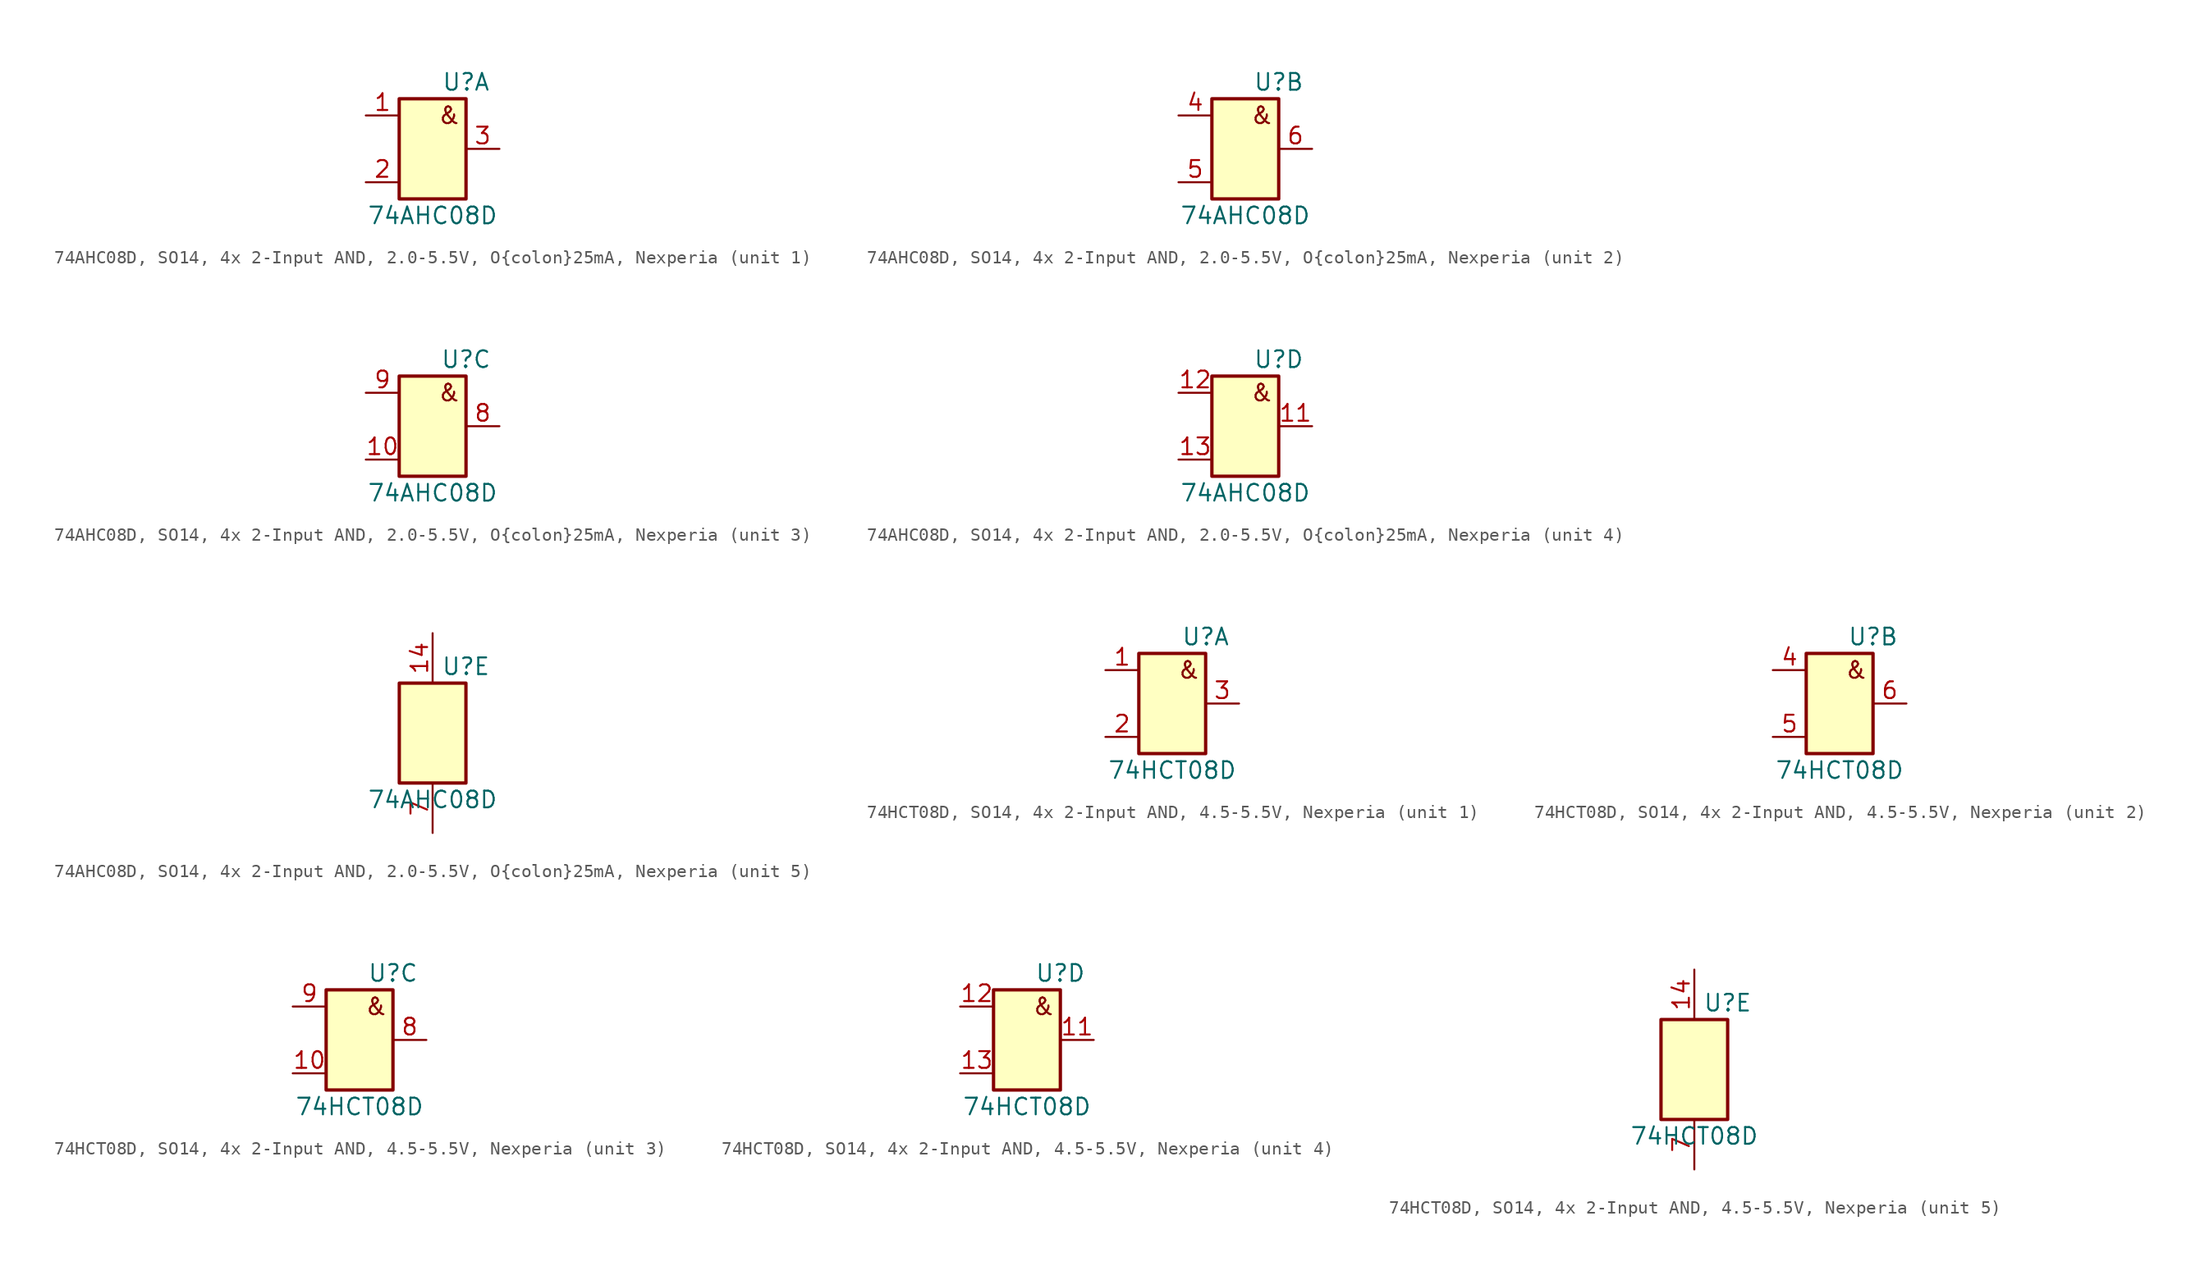
<source format=kicad_sym>
(kicad_symbol_lib
  (version 20241209)
  (generator "kicad_symbol_editor")
  (generator_version "9.0")
  (symbol "74AHC08D, SO14, 4x 2-Input AND, 2.0-5.5V, O{colon}25mA, Nexperia"
    (pin_names
      (offset 1.016)
      (hide yes))
    (property "Reference" "U"
      (at 2.54 5.08 0)
      (effects (font (size 1.27 1.27))))
    (property "Value" "74AHC08D"
      (at 0 -5.08 0)
      (effects (font (size 1.27 1.27))))
    (symbol "74AHC08D, SO14, 4x 2-Input AND, 2.0-5.5V, O{colon}25mA, Nexperia_0_1"
      (rectangle (start -2.54 3.81) (end 2.54 -3.81) (stroke (width 0.254) (type default)) (fill (type background))))
    (symbol "74AHC08D, SO14, 4x 2-Input AND, 2.0-5.5V, O{colon}25mA, Nexperia_1_1"
      (text "&" (at 1.27 2.54 0) (effects (font (size 1.27 1.27))))
      (pin input line (at -5.08 2.54 0) (length 2.54) (name "A" (effects (font (size 1.27 1.27)))) (number "1" (effects (font (size 1.27 1.27)))))
      (pin input line (at -5.08 -2.54 0) (length 2.54) (name "B" (effects (font (size 1.27 1.27)))) (number "2" (effects (font (size 1.27 1.27)))))
      (pin output line (at 5.08 0 180) (length 2.54) (name "Y" (effects (font (size 1.27 1.27)))) (number "3" (effects (font (size 1.27 1.27))))))
    (symbol "74AHC08D, SO14, 4x 2-Input AND, 2.0-5.5V, O{colon}25mA, Nexperia_2_1"
      (text "&" (at 1.27 2.54 0) (effects (font (size 1.27 1.27))))
      (pin input line (at -5.08 2.54 0) (length 2.54) (name "A" (effects (font (size 1.27 1.27)))) (number "4" (effects (font (size 1.27 1.27)))))
      (pin input line (at -5.08 -2.54 0) (length 2.54) (name "B" (effects (font (size 1.27 1.27)))) (number "5" (effects (font (size 1.27 1.27)))))
      (pin output line (at 5.08 0 180) (length 2.54) (name "Y" (effects (font (size 1.27 1.27)))) (number "6" (effects (font (size 1.27 1.27))))))
    (symbol "74AHC08D, SO14, 4x 2-Input AND, 2.0-5.5V, O{colon}25mA, Nexperia_3_1"
      (text "&" (at 1.27 2.54 0) (effects (font (size 1.27 1.27))))
      (pin input line (at -5.08 2.54 0) (length 2.54) (name "A" (effects (font (size 1.27 1.27)))) (number "9" (effects (font (size 1.27 1.27)))))
      (pin input line (at -5.08 -2.54 0) (length 2.54) (name "B" (effects (font (size 1.27 1.27)))) (number "10" (effects (font (size 1.27 1.27)))))
      (pin output line (at 5.08 0 180) (length 2.54) (name "Y" (effects (font (size 1.27 1.27)))) (number "8" (effects (font (size 1.27 1.27))))))
    (symbol "74AHC08D, SO14, 4x 2-Input AND, 2.0-5.5V, O{colon}25mA, Nexperia_4_1"
      (text "&" (at 1.27 2.54 0) (effects (font (size 1.27 1.27))))
      (pin input line (at -5.08 2.54 0) (length 2.54) (name "A" (effects (font (size 1.27 1.27)))) (number "12" (effects (font (size 1.27 1.27)))))
      (pin input line (at -5.08 -2.54 0) (length 2.54) (name "B" (effects (font (size 1.27 1.27)))) (number "13" (effects (font (size 1.27 1.27)))))
      (pin output line (at 5.08 0 180) (length 2.54) (name "Y" (effects (font (size 1.27 1.27)))) (number "11" (effects (font (size 1.27 1.27))))))
    (symbol "74AHC08D, SO14, 4x 2-Input AND, 2.0-5.5V, O{colon}25mA, Nexperia_5_1"
      (pin power_in line (at 0 7.62 270) (length 3.81) (name "VCC" (effects (font (size 1.27 1.27)))) (number "14" (effects (font (size 1.27 1.27)))))
      (pin power_in line (at 0 -7.62 90) (length 3.81) (name "GND" (effects (font (size 1.27 1.27)))) (number "7" (effects (font (size 1.27 1.27)))))))
  (symbol "74HCT08D, SO14, 4x 2-Input AND, 4.5-5.5V, Nexperia"
    (pin_names
      (offset 1.016)
      (hide yes))
    (property "Reference" "U"
      (at 2.54 5.08 0)
      (effects (font (size 1.27 1.27))))
    (property "Value" "74HCT08D"
      (at 0 -5.08 0)
      (effects (font (size 1.27 1.27))))
    (symbol "74HCT08D, SO14, 4x 2-Input AND, 4.5-5.5V, Nexperia_0_1"
      (rectangle (start -2.54 3.81) (end 2.54 -3.81) (stroke (width 0.254) (type default)) (fill (type background))))
    (symbol "74HCT08D, SO14, 4x 2-Input AND, 4.5-5.5V, Nexperia_1_1"
      (text "&" (at 1.27 2.54 0) (effects (font (size 1.27 1.27))))
      (pin input line (at -5.08 2.54 0) (length 2.54) (name "A" (effects (font (size 1.27 1.27)))) (number "1" (effects (font (size 1.27 1.27)))))
      (pin input line (at -5.08 -2.54 0) (length 2.54) (name "B" (effects (font (size 1.27 1.27)))) (number "2" (effects (font (size 1.27 1.27)))))
      (pin output line (at 5.08 0 180) (length 2.54) (name "Y" (effects (font (size 1.27 1.27)))) (number "3" (effects (font (size 1.27 1.27))))))
    (symbol "74HCT08D, SO14, 4x 2-Input AND, 4.5-5.5V, Nexperia_2_1"
      (text "&" (at 1.27 2.54 0) (effects (font (size 1.27 1.27))))
      (pin input line (at -5.08 2.54 0) (length 2.54) (name "A" (effects (font (size 1.27 1.27)))) (number "4" (effects (font (size 1.27 1.27)))))
      (pin input line (at -5.08 -2.54 0) (length 2.54) (name "B" (effects (font (size 1.27 1.27)))) (number "5" (effects (font (size 1.27 1.27)))))
      (pin output line (at 5.08 0 180) (length 2.54) (name "Y" (effects (font (size 1.27 1.27)))) (number "6" (effects (font (size 1.27 1.27))))))
    (symbol "74HCT08D, SO14, 4x 2-Input AND, 4.5-5.5V, Nexperia_3_1"
      (text "&" (at 1.27 2.54 0) (effects (font (size 1.27 1.27))))
      (pin input line (at -5.08 2.54 0) (length 2.54) (name "A" (effects (font (size 1.27 1.27)))) (number "9" (effects (font (size 1.27 1.27)))))
      (pin input line (at -5.08 -2.54 0) (length 2.54) (name "B" (effects (font (size 1.27 1.27)))) (number "10" (effects (font (size 1.27 1.27)))))
      (pin output line (at 5.08 0 180) (length 2.54) (name "Y" (effects (font (size 1.27 1.27)))) (number "8" (effects (font (size 1.27 1.27))))))
    (symbol "74HCT08D, SO14, 4x 2-Input AND, 4.5-5.5V, Nexperia_4_1"
      (text "&" (at 1.27 2.54 0) (effects (font (size 1.27 1.27))))
      (pin input line (at -5.08 2.54 0) (length 2.54) (name "A" (effects (font (size 1.27 1.27)))) (number "12" (effects (font (size 1.27 1.27)))))
      (pin input line (at -5.08 -2.54 0) (length 2.54) (name "B" (effects (font (size 1.27 1.27)))) (number "13" (effects (font (size 1.27 1.27)))))
      (pin output line (at 5.08 0 180) (length 2.54) (name "Y" (effects (font (size 1.27 1.27)))) (number "11" (effects (font (size 1.27 1.27))))))
    (symbol "74HCT08D, SO14, 4x 2-Input AND, 4.5-5.5V, Nexperia_5_1"
      (pin power_in line (at 0 7.62 270) (length 3.81) (name "VCC" (effects (font (size 1.27 1.27)))) (number "14" (effects (font (size 1.27 1.27)))))
      (pin power_in line (at 0 -7.62 90) (length 3.81) (name "GND" (effects (font (size 1.27 1.27)))) (number "7" (effects (font (size 1.27 1.27))))))))
</source>
